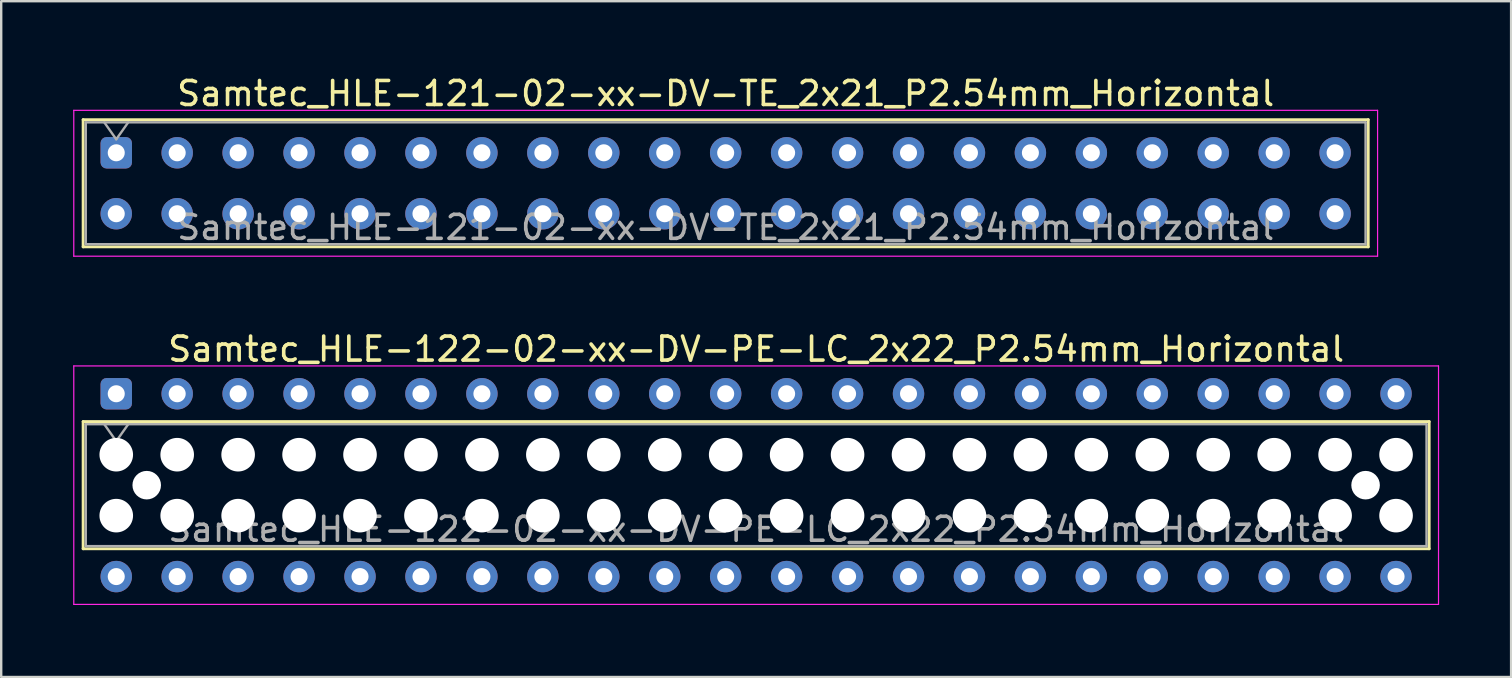
<source format=kicad_pcb>
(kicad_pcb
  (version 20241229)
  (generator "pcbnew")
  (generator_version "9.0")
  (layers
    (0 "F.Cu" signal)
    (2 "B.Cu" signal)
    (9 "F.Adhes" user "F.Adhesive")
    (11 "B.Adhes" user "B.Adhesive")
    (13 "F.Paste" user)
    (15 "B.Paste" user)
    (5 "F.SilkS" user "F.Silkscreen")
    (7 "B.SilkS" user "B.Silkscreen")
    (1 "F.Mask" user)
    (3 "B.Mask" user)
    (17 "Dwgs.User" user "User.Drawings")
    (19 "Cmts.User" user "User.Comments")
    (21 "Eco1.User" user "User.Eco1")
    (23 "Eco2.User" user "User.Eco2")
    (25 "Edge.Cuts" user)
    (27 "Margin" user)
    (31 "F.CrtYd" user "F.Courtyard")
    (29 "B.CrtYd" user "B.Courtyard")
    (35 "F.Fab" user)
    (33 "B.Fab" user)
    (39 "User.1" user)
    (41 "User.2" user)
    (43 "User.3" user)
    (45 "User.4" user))
  (footprint "Samtec_HLE-121-02-xx-DV-TE_2x21_P2.54mm_Horizontal"
    (layer "F.Cu")
    (at 1.795 3.318)
    (property "Reference" "Samtec_HLE-121-02-xx-DV-TE_2x21_P2.54mm_Horizontal" (at 25.4 -2.47 0) (layer "F.SilkS") (effects (font (size 1 1) (thickness 0.15))))
    (attr through_hole)
    (fp_line (start -1.38 -1.38) (end 52.18 -1.38) (stroke (width 0.12) (type solid)) (layer "F.SilkS"))
    (fp_line (start -1.38 3.92) (end -1.38 -1.38) (stroke (width 0.12) (type solid)) (layer "F.SilkS"))
    (fp_line (start 52.18 -1.38) (end 52.18 3.92) (stroke (width 0.12) (type solid)) (layer "F.SilkS"))
    (fp_line (start 52.18 3.92) (end -1.38 3.92) (stroke (width 0.12) (type solid)) (layer "F.SilkS"))
    (fp_line (start -1.77 -1.77) (end 52.57 -1.77) (stroke (width 0.05) (type solid)) (layer "F.CrtYd"))
    (fp_line (start -1.77 4.31) (end -1.77 -1.77) (stroke (width 0.05) (type solid)) (layer "F.CrtYd"))
    (fp_line (start 52.57 -1.77) (end 52.57 4.31) (stroke (width 0.05) (type solid)) (layer "F.CrtYd"))
    (fp_line (start 52.57 4.31) (end -1.77 4.31) (stroke (width 0.05) (type solid)) (layer "F.CrtYd"))
    (fp_line (start -1.27 -1.27) (end 52.07 -1.27) (stroke (width 0.1) (type solid)) (layer "F.Fab"))
    (fp_line (start -1.27 3.81) (end -1.27 -1.27) (stroke (width 0.1) (type solid)) (layer "F.Fab"))
    (fp_line (start -0.5 -1.27) (end 0 -0.563) (stroke (width 0.1) (type solid)) (layer "F.Fab"))
    (fp_line (start 0 -0.563) (end 0.5 -1.27) (stroke (width 0.1) (type solid)) (layer "F.Fab"))
    (fp_line (start 52.07 -1.27) (end 52.07 3.81) (stroke (width 0.1) (type solid)) (layer "F.Fab"))
    (fp_line (start 52.07 3.81) (end -1.27 3.81) (stroke (width 0.1) (type solid)) (layer "F.Fab"))
    (fp_text user "${REFERENCE}" (at 25.4 3.11 0) (layer "F.Fab") (effects (font (size 1 1) (thickness 0.15))))
    (pad "1" thru_hole roundrect (at 0 0) (size 1.31 1.31) (drill 0.71) (layers "*.Cu" "*.Mask") (roundrect_rratio 0.191))
    (pad "2" thru_hole circle (at 0 2.54) (size 1.31 1.31) (drill 0.71) (layers "*.Cu" "*.Mask"))
    (pad "3" thru_hole circle (at 2.54 0) (size 1.31 1.31) (drill 0.71) (layers "*.Cu" "*.Mask"))
    (pad "4" thru_hole circle (at 2.54 2.54) (size 1.31 1.31) (drill 0.71) (layers "*.Cu" "*.Mask"))
    (pad "5" thru_hole circle (at 5.08 0) (size 1.31 1.31) (drill 0.71) (layers "*.Cu" "*.Mask"))
    (pad "6" thru_hole circle (at 5.08 2.54) (size 1.31 1.31) (drill 0.71) (layers "*.Cu" "*.Mask"))
    (pad "7" thru_hole circle (at 7.62 0) (size 1.31 1.31) (drill 0.71) (layers "*.Cu" "*.Mask"))
    (pad "8" thru_hole circle (at 7.62 2.54) (size 1.31 1.31) (drill 0.71) (layers "*.Cu" "*.Mask"))
    (pad "9" thru_hole circle (at 10.16 0) (size 1.31 1.31) (drill 0.71) (layers "*.Cu" "*.Mask"))
    (pad "10" thru_hole circle (at 10.16 2.54) (size 1.31 1.31) (drill 0.71) (layers "*.Cu" "*.Mask"))
    (pad "11" thru_hole circle (at 12.7 0) (size 1.31 1.31) (drill 0.71) (layers "*.Cu" "*.Mask"))
    (pad "12" thru_hole circle (at 12.7 2.54) (size 1.31 1.31) (drill 0.71) (layers "*.Cu" "*.Mask"))
    (pad "13" thru_hole circle (at 15.24 0) (size 1.31 1.31) (drill 0.71) (layers "*.Cu" "*.Mask"))
    (pad "14" thru_hole circle (at 15.24 2.54) (size 1.31 1.31) (drill 0.71) (layers "*.Cu" "*.Mask"))
    (pad "15" thru_hole circle (at 17.78 0) (size 1.31 1.31) (drill 0.71) (layers "*.Cu" "*.Mask"))
    (pad "16" thru_hole circle (at 17.78 2.54) (size 1.31 1.31) (drill 0.71) (layers "*.Cu" "*.Mask"))
    (pad "17" thru_hole circle (at 20.32 0) (size 1.31 1.31) (drill 0.71) (layers "*.Cu" "*.Mask"))
    (pad "18" thru_hole circle (at 20.32 2.54) (size 1.31 1.31) (drill 0.71) (layers "*.Cu" "*.Mask"))
    (pad "19" thru_hole circle (at 22.86 0) (size 1.31 1.31) (drill 0.71) (layers "*.Cu" "*.Mask"))
    (pad "20" thru_hole circle (at 22.86 2.54) (size 1.31 1.31) (drill 0.71) (layers "*.Cu" "*.Mask"))
    (pad "21" thru_hole circle (at 25.4 0) (size 1.31 1.31) (drill 0.71) (layers "*.Cu" "*.Mask"))
    (pad "22" thru_hole circle (at 25.4 2.54) (size 1.31 1.31) (drill 0.71) (layers "*.Cu" "*.Mask"))
    (pad "23" thru_hole circle (at 27.94 0) (size 1.31 1.31) (drill 0.71) (layers "*.Cu" "*.Mask"))
    (pad "24" thru_hole circle (at 27.94 2.54) (size 1.31 1.31) (drill 0.71) (layers "*.Cu" "*.Mask"))
    (pad "25" thru_hole circle (at 30.48 0) (size 1.31 1.31) (drill 0.71) (layers "*.Cu" "*.Mask"))
    (pad "26" thru_hole circle (at 30.48 2.54) (size 1.31 1.31) (drill 0.71) (layers "*.Cu" "*.Mask"))
    (pad "27" thru_hole circle (at 33.02 0) (size 1.31 1.31) (drill 0.71) (layers "*.Cu" "*.Mask"))
    (pad "28" thru_hole circle (at 33.02 2.54) (size 1.31 1.31) (drill 0.71) (layers "*.Cu" "*.Mask"))
    (pad "29" thru_hole circle (at 35.56 0) (size 1.31 1.31) (drill 0.71) (layers "*.Cu" "*.Mask"))
    (pad "30" thru_hole circle (at 35.56 2.54) (size 1.31 1.31) (drill 0.71) (layers "*.Cu" "*.Mask"))
    (pad "31" thru_hole circle (at 38.1 0) (size 1.31 1.31) (drill 0.71) (layers "*.Cu" "*.Mask"))
    (pad "32" thru_hole circle (at 38.1 2.54) (size 1.31 1.31) (drill 0.71) (layers "*.Cu" "*.Mask"))
    (pad "33" thru_hole circle (at 40.64 0) (size 1.31 1.31) (drill 0.71) (layers "*.Cu" "*.Mask"))
    (pad "34" thru_hole circle (at 40.64 2.54) (size 1.31 1.31) (drill 0.71) (layers "*.Cu" "*.Mask"))
    (pad "35" thru_hole circle (at 43.18 0) (size 1.31 1.31) (drill 0.71) (layers "*.Cu" "*.Mask"))
    (pad "36" thru_hole circle (at 43.18 2.54) (size 1.31 1.31) (drill 0.71) (layers "*.Cu" "*.Mask"))
    (pad "37" thru_hole circle (at 45.72 0) (size 1.31 1.31) (drill 0.71) (layers "*.Cu" "*.Mask"))
    (pad "38" thru_hole circle (at 45.72 2.54) (size 1.31 1.31) (drill 0.71) (layers "*.Cu" "*.Mask"))
    (pad "39" thru_hole circle (at 48.26 0) (size 1.31 1.31) (drill 0.71) (layers "*.Cu" "*.Mask"))
    (pad "40" thru_hole circle (at 48.26 2.54) (size 1.31 1.31) (drill 0.71) (layers "*.Cu" "*.Mask"))
    (pad "41" thru_hole circle (at 50.8 0) (size 1.31 1.31) (drill 0.71) (layers "*.Cu" "*.Mask"))
    (pad "42" thru_hole circle (at 50.8 2.54) (size 1.31 1.31) (drill 0.71) (layers "*.Cu" "*.Mask")))
  (footprint "Samtec_HLE-122-02-xx-DV-PE-LC_2x22_P2.54mm_Horizontal"
    (layer "F.Cu")
    (at 1.795 13.361)
    (property "Reference" "Samtec_HLE-122-02-xx-DV-PE-LC_2x22_P2.54mm_Horizontal" (at 26.67 -1.86 0) (layer "F.SilkS") (effects (font (size 1 1) (thickness 0.15))))
    (attr through_hole)
    (fp_line (start -1.38 1.16) (end 54.72 1.16) (stroke (width 0.12) (type solid)) (layer "F.SilkS"))
    (fp_line (start -1.38 6.46) (end -1.38 1.16) (stroke (width 0.12) (type solid)) (layer "F.SilkS"))
    (fp_line (start 54.72 1.16) (end 54.72 6.46) (stroke (width 0.12) (type solid)) (layer "F.SilkS"))
    (fp_line (start 54.72 6.46) (end -1.38 6.46) (stroke (width 0.12) (type solid)) (layer "F.SilkS"))
    (fp_line (start -1.77 -1.16) (end 55.11 -1.16) (stroke (width 0.05) (type solid)) (layer "F.CrtYd"))
    (fp_line (start -1.77 8.78) (end -1.77 -1.16) (stroke (width 0.05) (type solid)) (layer "F.CrtYd"))
    (fp_line (start 55.11 -1.16) (end 55.11 8.78) (stroke (width 0.05) (type solid)) (layer "F.CrtYd"))
    (fp_line (start 55.11 8.78) (end -1.77 8.78) (stroke (width 0.05) (type solid)) (layer "F.CrtYd"))
    (fp_line (start -1.27 1.27) (end 54.61 1.27) (stroke (width 0.1) (type solid)) (layer "F.Fab"))
    (fp_line (start -1.27 6.35) (end -1.27 1.27) (stroke (width 0.1) (type solid)) (layer "F.Fab"))
    (fp_line (start -0.5 1.27) (end 0 1.977) (stroke (width 0.1) (type solid)) (layer "F.Fab"))
    (fp_line (start 0 1.977) (end 0.5 1.27) (stroke (width 0.1) (type solid)) (layer "F.Fab"))
    (fp_line (start 54.61 1.27) (end 54.61 6.35) (stroke (width 0.1) (type solid)) (layer "F.Fab"))
    (fp_line (start 54.61 6.35) (end -1.27 6.35) (stroke (width 0.1) (type solid)) (layer "F.Fab"))
    (fp_text user "${REFERENCE}" (at 26.67 5.65 0) (layer "F.Fab") (effects (font (size 1 1) (thickness 0.15))))
    (pad "" np_thru_hole circle (at 0 2.54) (size 1.4 1.4) (drill 1.4) (layers "*.Cu" "*.Mask"))
    (pad "" np_thru_hole circle (at 0 5.08) (size 1.4 1.4) (drill 1.4) (layers "*.Cu" "*.Mask"))
    (pad "" np_thru_hole circle (at 1.27 3.81) (size 1.19 1.19) (drill 1.19) (layers "*.Cu" "*.Mask"))
    (pad "" np_thru_hole circle (at 2.54 2.54) (size 1.4 1.4) (drill 1.4) (layers "*.Cu" "*.Mask"))
    (pad "" np_thru_hole circle (at 2.54 5.08) (size 1.4 1.4) (drill 1.4) (layers "*.Cu" "*.Mask"))
    (pad "" np_thru_hole circle (at 5.08 2.54) (size 1.4 1.4) (drill 1.4) (layers "*.Cu" "*.Mask"))
    (pad "" np_thru_hole circle (at 5.08 5.08) (size 1.4 1.4) (drill 1.4) (layers "*.Cu" "*.Mask"))
    (pad "" np_thru_hole circle (at 7.62 2.54) (size 1.4 1.4) (drill 1.4) (layers "*.Cu" "*.Mask"))
    (pad "" np_thru_hole circle (at 7.62 5.08) (size 1.4 1.4) (drill 1.4) (layers "*.Cu" "*.Mask"))
    (pad "" np_thru_hole circle (at 10.16 2.54) (size 1.4 1.4) (drill 1.4) (layers "*.Cu" "*.Mask"))
    (pad "" np_thru_hole circle (at 10.16 5.08) (size 1.4 1.4) (drill 1.4) (layers "*.Cu" "*.Mask"))
    (pad "" np_thru_hole circle (at 12.7 2.54) (size 1.4 1.4) (drill 1.4) (layers "*.Cu" "*.Mask"))
    (pad "" np_thru_hole circle (at 12.7 5.08) (size 1.4 1.4) (drill 1.4) (layers "*.Cu" "*.Mask"))
    (pad "" np_thru_hole circle (at 15.24 2.54) (size 1.4 1.4) (drill 1.4) (layers "*.Cu" "*.Mask"))
    (pad "" np_thru_hole circle (at 15.24 5.08) (size 1.4 1.4) (drill 1.4) (layers "*.Cu" "*.Mask"))
    (pad "" np_thru_hole circle (at 17.78 2.54) (size 1.4 1.4) (drill 1.4) (layers "*.Cu" "*.Mask"))
    (pad "" np_thru_hole circle (at 17.78 5.08) (size 1.4 1.4) (drill 1.4) (layers "*.Cu" "*.Mask"))
    (pad "" np_thru_hole circle (at 20.32 2.54) (size 1.4 1.4) (drill 1.4) (layers "*.Cu" "*.Mask"))
    (pad "" np_thru_hole circle (at 20.32 5.08) (size 1.4 1.4) (drill 1.4) (layers "*.Cu" "*.Mask"))
    (pad "" np_thru_hole circle (at 22.86 2.54) (size 1.4 1.4) (drill 1.4) (layers "*.Cu" "*.Mask"))
    (pad "" np_thru_hole circle (at 22.86 5.08) (size 1.4 1.4) (drill 1.4) (layers "*.Cu" "*.Mask"))
    (pad "" np_thru_hole circle (at 25.4 2.54) (size 1.4 1.4) (drill 1.4) (layers "*.Cu" "*.Mask"))
    (pad "" np_thru_hole circle (at 25.4 5.08) (size 1.4 1.4) (drill 1.4) (layers "*.Cu" "*.Mask"))
    (pad "" np_thru_hole circle (at 27.94 2.54) (size 1.4 1.4) (drill 1.4) (layers "*.Cu" "*.Mask"))
    (pad "" np_thru_hole circle (at 27.94 5.08) (size 1.4 1.4) (drill 1.4) (layers "*.Cu" "*.Mask"))
    (pad "" np_thru_hole circle (at 30.48 2.54) (size 1.4 1.4) (drill 1.4) (layers "*.Cu" "*.Mask"))
    (pad "" np_thru_hole circle (at 30.48 5.08) (size 1.4 1.4) (drill 1.4) (layers "*.Cu" "*.Mask"))
    (pad "" np_thru_hole circle (at 33.02 2.54) (size 1.4 1.4) (drill 1.4) (layers "*.Cu" "*.Mask"))
    (pad "" np_thru_hole circle (at 33.02 5.08) (size 1.4 1.4) (drill 1.4) (layers "*.Cu" "*.Mask"))
    (pad "" np_thru_hole circle (at 35.56 2.54) (size 1.4 1.4) (drill 1.4) (layers "*.Cu" "*.Mask"))
    (pad "" np_thru_hole circle (at 35.56 5.08) (size 1.4 1.4) (drill 1.4) (layers "*.Cu" "*.Mask"))
    (pad "" np_thru_hole circle (at 38.1 2.54) (size 1.4 1.4) (drill 1.4) (layers "*.Cu" "*.Mask"))
    (pad "" np_thru_hole circle (at 38.1 5.08) (size 1.4 1.4) (drill 1.4) (layers "*.Cu" "*.Mask"))
    (pad "" np_thru_hole circle (at 40.64 2.54) (size 1.4 1.4) (drill 1.4) (layers "*.Cu" "*.Mask"))
    (pad "" np_thru_hole circle (at 40.64 5.08) (size 1.4 1.4) (drill 1.4) (layers "*.Cu" "*.Mask"))
    (pad "" np_thru_hole circle (at 43.18 2.54) (size 1.4 1.4) (drill 1.4) (layers "*.Cu" "*.Mask"))
    (pad "" np_thru_hole circle (at 43.18 5.08) (size 1.4 1.4) (drill 1.4) (layers "*.Cu" "*.Mask"))
    (pad "" np_thru_hole circle (at 45.72 2.54) (size 1.4 1.4) (drill 1.4) (layers "*.Cu" "*.Mask"))
    (pad "" np_thru_hole circle (at 45.72 5.08) (size 1.4 1.4) (drill 1.4) (layers "*.Cu" "*.Mask"))
    (pad "" np_thru_hole circle (at 48.26 2.54) (size 1.4 1.4) (drill 1.4) (layers "*.Cu" "*.Mask"))
    (pad "" np_thru_hole circle (at 48.26 5.08) (size 1.4 1.4) (drill 1.4) (layers "*.Cu" "*.Mask"))
    (pad "" np_thru_hole circle (at 50.8 2.54) (size 1.4 1.4) (drill 1.4) (layers "*.Cu" "*.Mask"))
    (pad "" np_thru_hole circle (at 50.8 5.08) (size 1.4 1.4) (drill 1.4) (layers "*.Cu" "*.Mask"))
    (pad "" np_thru_hole circle (at 52.07 3.81) (size 1.19 1.19) (drill 1.19) (layers "*.Cu" "*.Mask"))
    (pad "" np_thru_hole circle (at 53.34 2.54) (size 1.4 1.4) (drill 1.4) (layers "*.Cu" "*.Mask"))
    (pad "" np_thru_hole circle (at 53.34 5.08) (size 1.4 1.4) (drill 1.4) (layers "*.Cu" "*.Mask"))
    (pad "1" thru_hole roundrect (at 0 0) (size 1.31 1.31) (drill 0.71) (layers "*.Cu" "*.Mask") (roundrect_rratio 0.191))
    (pad "2" thru_hole circle (at 0 7.62) (size 1.31 1.31) (drill 0.71) (layers "*.Cu" "*.Mask"))
    (pad "3" thru_hole circle (at 2.54 0) (size 1.31 1.31) (drill 0.71) (layers "*.Cu" "*.Mask"))
    (pad "4" thru_hole circle (at 2.54 7.62) (size 1.31 1.31) (drill 0.71) (layers "*.Cu" "*.Mask"))
    (pad "5" thru_hole circle (at 5.08 0) (size 1.31 1.31) (drill 0.71) (layers "*.Cu" "*.Mask"))
    (pad "6" thru_hole circle (at 5.08 7.62) (size 1.31 1.31) (drill 0.71) (layers "*.Cu" "*.Mask"))
    (pad "7" thru_hole circle (at 7.62 0) (size 1.31 1.31) (drill 0.71) (layers "*.Cu" "*.Mask"))
    (pad "8" thru_hole circle (at 7.62 7.62) (size 1.31 1.31) (drill 0.71) (layers "*.Cu" "*.Mask"))
    (pad "9" thru_hole circle (at 10.16 0) (size 1.31 1.31) (drill 0.71) (layers "*.Cu" "*.Mask"))
    (pad "10" thru_hole circle (at 10.16 7.62) (size 1.31 1.31) (drill 0.71) (layers "*.Cu" "*.Mask"))
    (pad "11" thru_hole circle (at 12.7 0) (size 1.31 1.31) (drill 0.71) (layers "*.Cu" "*.Mask"))
    (pad "12" thru_hole circle (at 12.7 7.62) (size 1.31 1.31) (drill 0.71) (layers "*.Cu" "*.Mask"))
    (pad "13" thru_hole circle (at 15.24 0) (size 1.31 1.31) (drill 0.71) (layers "*.Cu" "*.Mask"))
    (pad "14" thru_hole circle (at 15.24 7.62) (size 1.31 1.31) (drill 0.71) (layers "*.Cu" "*.Mask"))
    (pad "15" thru_hole circle (at 17.78 0) (size 1.31 1.31) (drill 0.71) (layers "*.Cu" "*.Mask"))
    (pad "16" thru_hole circle (at 17.78 7.62) (size 1.31 1.31) (drill 0.71) (layers "*.Cu" "*.Mask"))
    (pad "17" thru_hole circle (at 20.32 0) (size 1.31 1.31) (drill 0.71) (layers "*.Cu" "*.Mask"))
    (pad "18" thru_hole circle (at 20.32 7.62) (size 1.31 1.31) (drill 0.71) (layers "*.Cu" "*.Mask"))
    (pad "19" thru_hole circle (at 22.86 0) (size 1.31 1.31) (drill 0.71) (layers "*.Cu" "*.Mask"))
    (pad "20" thru_hole circle (at 22.86 7.62) (size 1.31 1.31) (drill 0.71) (layers "*.Cu" "*.Mask"))
    (pad "21" thru_hole circle (at 25.4 0) (size 1.31 1.31) (drill 0.71) (layers "*.Cu" "*.Mask"))
    (pad "22" thru_hole circle (at 25.4 7.62) (size 1.31 1.31) (drill 0.71) (layers "*.Cu" "*.Mask"))
    (pad "23" thru_hole circle (at 27.94 0) (size 1.31 1.31) (drill 0.71) (layers "*.Cu" "*.Mask"))
    (pad "24" thru_hole circle (at 27.94 7.62) (size 1.31 1.31) (drill 0.71) (layers "*.Cu" "*.Mask"))
    (pad "25" thru_hole circle (at 30.48 0) (size 1.31 1.31) (drill 0.71) (layers "*.Cu" "*.Mask"))
    (pad "26" thru_hole circle (at 30.48 7.62) (size 1.31 1.31) (drill 0.71) (layers "*.Cu" "*.Mask"))
    (pad "27" thru_hole circle (at 33.02 0) (size 1.31 1.31) (drill 0.71) (layers "*.Cu" "*.Mask"))
    (pad "28" thru_hole circle (at 33.02 7.62) (size 1.31 1.31) (drill 0.71) (layers "*.Cu" "*.Mask"))
    (pad "29" thru_hole circle (at 35.56 0) (size 1.31 1.31) (drill 0.71) (layers "*.Cu" "*.Mask"))
    (pad "30" thru_hole circle (at 35.56 7.62) (size 1.31 1.31) (drill 0.71) (layers "*.Cu" "*.Mask"))
    (pad "31" thru_hole circle (at 38.1 0) (size 1.31 1.31) (drill 0.71) (layers "*.Cu" "*.Mask"))
    (pad "32" thru_hole circle (at 38.1 7.62) (size 1.31 1.31) (drill 0.71) (layers "*.Cu" "*.Mask"))
    (pad "33" thru_hole circle (at 40.64 0) (size 1.31 1.31) (drill 0.71) (layers "*.Cu" "*.Mask"))
    (pad "34" thru_hole circle (at 40.64 7.62) (size 1.31 1.31) (drill 0.71) (layers "*.Cu" "*.Mask"))
    (pad "35" thru_hole circle (at 43.18 0) (size 1.31 1.31) (drill 0.71) (layers "*.Cu" "*.Mask"))
    (pad "36" thru_hole circle (at 43.18 7.62) (size 1.31 1.31) (drill 0.71) (layers "*.Cu" "*.Mask"))
    (pad "37" thru_hole circle (at 45.72 0) (size 1.31 1.31) (drill 0.71) (layers "*.Cu" "*.Mask"))
    (pad "38" thru_hole circle (at 45.72 7.62) (size 1.31 1.31) (drill 0.71) (layers "*.Cu" "*.Mask"))
    (pad "39" thru_hole circle (at 48.26 0) (size 1.31 1.31) (drill 0.71) (layers "*.Cu" "*.Mask"))
    (pad "40" thru_hole circle (at 48.26 7.62) (size 1.31 1.31) (drill 0.71) (layers "*.Cu" "*.Mask"))
    (pad "41" thru_hole circle (at 50.8 0) (size 1.31 1.31) (drill 0.71) (layers "*.Cu" "*.Mask"))
    (pad "42" thru_hole circle (at 50.8 7.62) (size 1.31 1.31) (drill 0.71) (layers "*.Cu" "*.Mask"))
    (pad "43" thru_hole circle (at 53.34 0) (size 1.31 1.31) (drill 0.71) (layers "*.Cu" "*.Mask"))
    (pad "44" thru_hole circle (at 53.34 7.62) (size 1.31 1.31) (drill 0.71) (layers "*.Cu" "*.Mask")))
  (gr_rect
    (start -3 -3)
    (end 59.93 25.166)
    (stroke (width 0.1) (type default))
    (fill no)
    (layer "Edge.Cuts")))
</source>
